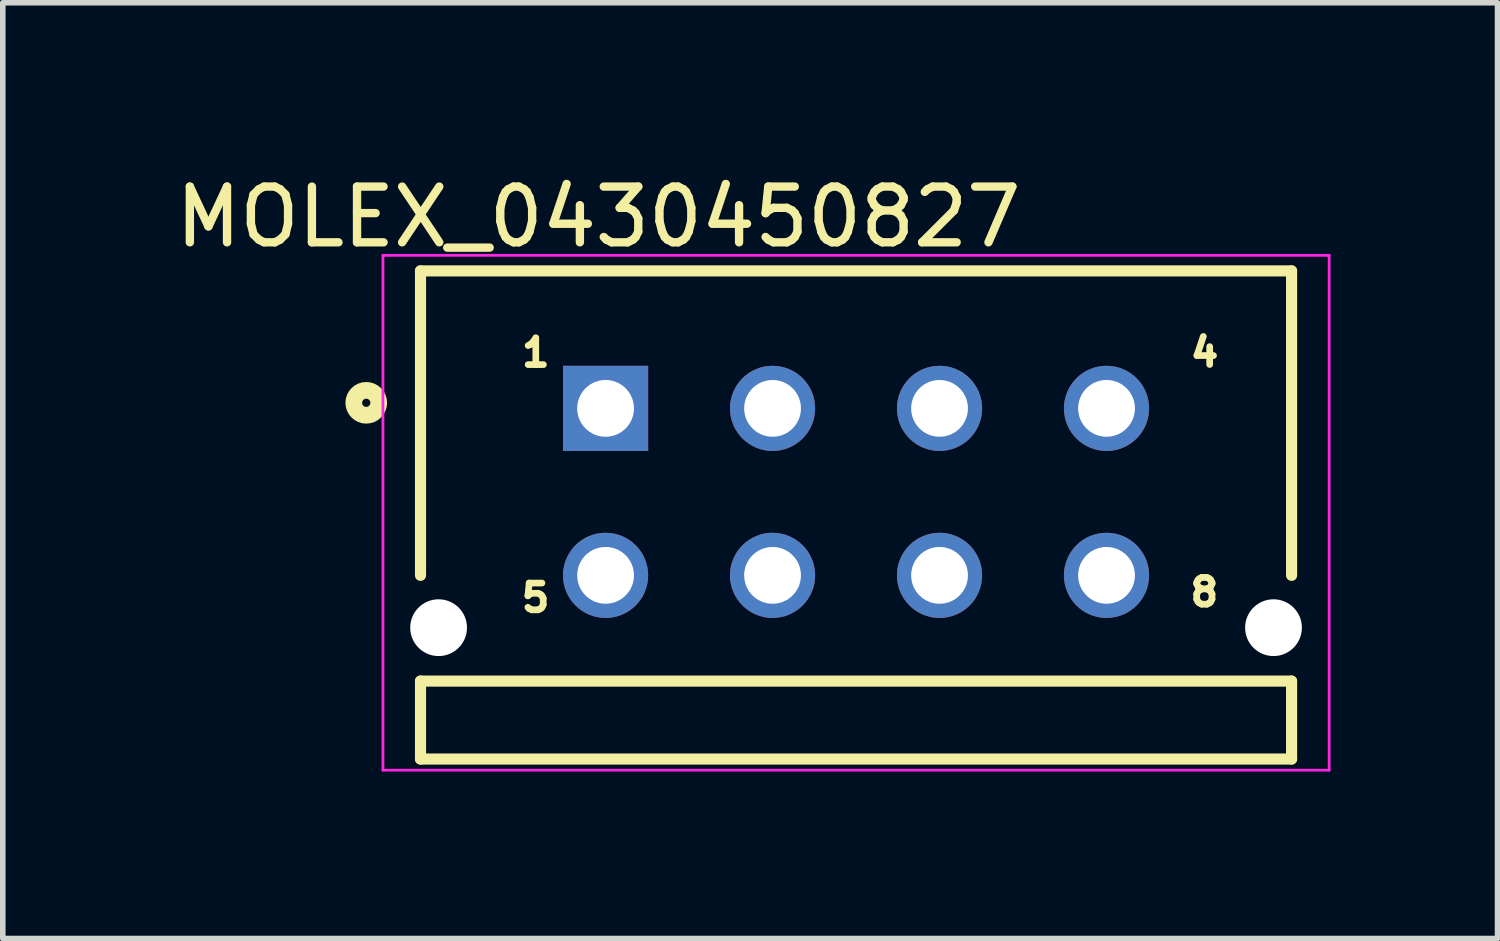
<source format=kicad_pcb>
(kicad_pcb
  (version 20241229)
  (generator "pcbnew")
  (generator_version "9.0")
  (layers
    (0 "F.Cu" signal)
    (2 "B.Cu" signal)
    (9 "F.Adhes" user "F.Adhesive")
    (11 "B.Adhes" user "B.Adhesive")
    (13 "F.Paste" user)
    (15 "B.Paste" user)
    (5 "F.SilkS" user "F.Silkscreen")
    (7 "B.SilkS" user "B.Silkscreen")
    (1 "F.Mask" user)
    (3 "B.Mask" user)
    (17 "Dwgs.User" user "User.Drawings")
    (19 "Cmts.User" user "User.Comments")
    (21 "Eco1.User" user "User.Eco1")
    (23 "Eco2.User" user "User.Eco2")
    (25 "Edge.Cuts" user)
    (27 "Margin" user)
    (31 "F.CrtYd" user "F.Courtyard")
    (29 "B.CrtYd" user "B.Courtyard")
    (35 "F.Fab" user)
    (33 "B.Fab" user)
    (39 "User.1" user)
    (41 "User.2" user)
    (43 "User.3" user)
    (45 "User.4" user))
  (footprint "MOLEX_0430450827"
    (layer "F.Cu")
    (at 12.13 5.787)
    (property "Reference" "MOLEX_0430450827" (at -4.428 -4.939 0) (layer "F.SilkS") (effects (font (size 1.001 1.001) (thickness 0.15))))
    (attr through_hole)
    (fp_line (start -7.625 -3.97) (end 8.025 -3.97) (stroke (width 0.2) (type solid)) (layer "F.SilkS"))
    (fp_line (start -7.625 1.5) (end -7.625 -3.97) (stroke (width 0.2) (type solid)) (layer "F.SilkS"))
    (fp_line (start -7.625 4.8) (end -7.625 3.4) (stroke (width 0.2) (type solid)) (layer "F.SilkS"))
    (fp_line (start 8.025 -3.97) (end 8.025 1.5) (stroke (width 0.2) (type solid)) (layer "F.SilkS"))
    (fp_line (start 8.025 3.4) (end -7.625 3.4) (stroke (width 0.2) (type solid)) (layer "F.SilkS"))
    (fp_line (start 8.025 3.4) (end 8.025 4.8) (stroke (width 0.2) (type solid)) (layer "F.SilkS"))
    (fp_line (start 8.025 4.8) (end -7.625 4.8) (stroke (width 0.2) (type solid)) (layer "F.SilkS"))
    (fp_circle (center -8.6 -1.6) (end -8.376 -1.6) (stroke (width 0.3) (type solid)) (fill no) (layer "F.SilkS"))
    (fp_line (start -8.3 -4.25) (end 8.7 -4.25) (stroke (width 0.05) (type solid)) (layer "F.CrtYd"))
    (fp_line (start -8.3 5) (end -8.3 -4.25) (stroke (width 0.05) (type solid)) (layer "F.CrtYd"))
    (fp_line (start 8.7 -4.25) (end 8.7 5) (stroke (width 0.05) (type solid)) (layer "F.CrtYd"))
    (fp_line (start 8.7 5) (end -8.3 5) (stroke (width 0.05) (type solid)) (layer "F.CrtYd"))
    (fp_text user "4" (at 6.462 -2.505 0) (layer "F.SilkS") (effects (font (size 0.481 0.481) (thickness 0.15))))
    (fp_text user "1" (at -5.554 -2.502 0) (layer "F.SilkS") (effects (font (size 0.48 0.48) (thickness 0.15))))
    (fp_text user "8" (at 6.458 1.802 0) (layer "F.SilkS") (effects (font (size 0.481 0.481) (thickness 0.15))))
    (fp_text user "5" (at -5.558 1.903 0) (layer "F.SilkS") (effects (font (size 0.481 0.481) (thickness 0.15))))
    (pad "" np_thru_hole circle (at -7.3 2.44) (size 1.02 1.02) (drill 1.02) (layers "*.Cu" "*.Mask"))
    (pad "" np_thru_hole circle (at 7.7 2.44) (size 1.02 1.02) (drill 1.02) (layers "*.Cu" "*.Mask"))
    (pad "1" thru_hole rect (at -4.3 -1.5) (size 1.53 1.53) (drill 1.02) (layers "*.Cu" "*.Mask"))
    (pad "2" thru_hole circle (at -1.3 -1.5) (size 1.53 1.53) (drill 1.02) (layers "*.Cu" "*.Mask"))
    (pad "3" thru_hole circle (at 1.7 -1.5) (size 1.53 1.53) (drill 1.02) (layers "*.Cu" "*.Mask"))
    (pad "4" thru_hole circle (at 4.7 -1.5) (size 1.53 1.53) (drill 1.02) (layers "*.Cu" "*.Mask"))
    (pad "5" thru_hole circle (at -4.3 1.5) (size 1.53 1.53) (drill 1.02) (layers "*.Cu" "*.Mask"))
    (pad "6" thru_hole circle (at -1.3 1.5) (size 1.53 1.53) (drill 1.02) (layers "*.Cu" "*.Mask"))
    (pad "7" thru_hole circle (at 1.7 1.5) (size 1.53 1.53) (drill 1.02) (layers "*.Cu" "*.Mask"))
    (pad "8" thru_hole circle (at 4.7 1.5) (size 1.53 1.53) (drill 1.02) (layers "*.Cu" "*.Mask")))
  (gr_rect
    (start -3 -3)
    (end 23.855 13.812)
    (stroke (width 0.1) (type default))
    (fill no)
    (layer "Edge.Cuts")))
</source>
